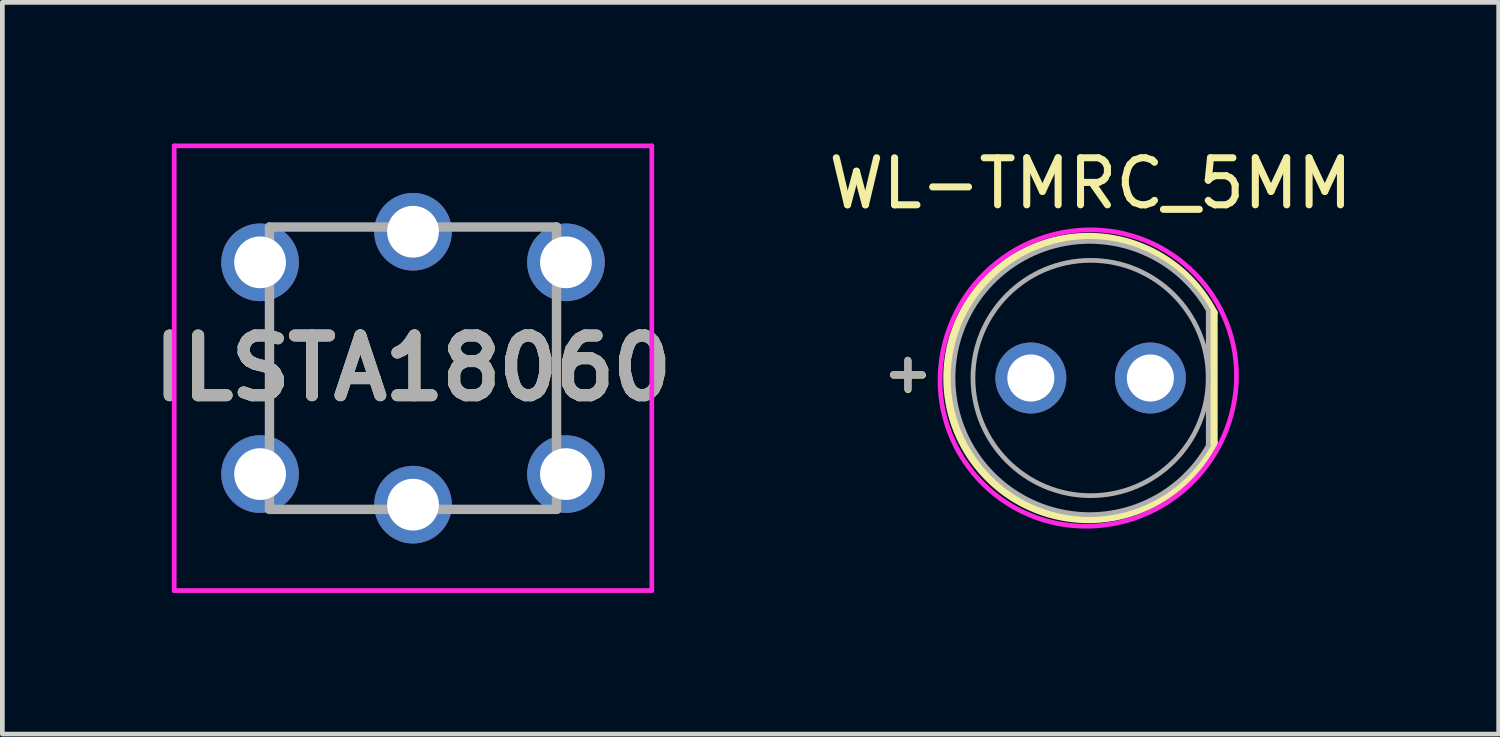
<source format=kicad_pcb>
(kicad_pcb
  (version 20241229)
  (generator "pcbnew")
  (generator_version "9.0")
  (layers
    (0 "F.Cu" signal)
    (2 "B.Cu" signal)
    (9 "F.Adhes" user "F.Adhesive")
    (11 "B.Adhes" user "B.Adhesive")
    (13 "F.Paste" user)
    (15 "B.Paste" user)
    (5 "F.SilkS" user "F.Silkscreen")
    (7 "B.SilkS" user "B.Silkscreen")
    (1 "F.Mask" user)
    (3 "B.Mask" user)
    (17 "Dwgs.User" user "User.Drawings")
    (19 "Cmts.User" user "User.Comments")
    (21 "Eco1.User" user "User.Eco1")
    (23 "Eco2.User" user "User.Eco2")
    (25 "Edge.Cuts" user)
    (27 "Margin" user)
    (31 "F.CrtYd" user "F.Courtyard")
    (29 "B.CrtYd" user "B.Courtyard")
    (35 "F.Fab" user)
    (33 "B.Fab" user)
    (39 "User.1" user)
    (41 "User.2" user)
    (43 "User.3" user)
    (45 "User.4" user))
  (footprint "ILSTA18060"
    (layer "F.Cu")
    (at 2.477 2.525)
    (property "Reference" "ILSTA18060" (at 3.25 2.25 0) (layer "F.SilkS") (effects (font (size 1.27 1.27) (thickness 0.254))))
    (attr through_hole)
    (fp_line (start 0.2 1.5) (end 0.2 3) (stroke (width 0.1) (type solid)) (layer "F.SilkS"))
    (fp_line (start 6.3 1.5) (end 6.3 3) (stroke (width 0.1) (type solid)) (layer "F.SilkS"))
    (fp_line (start -1.825 -2.475) (end 8.325 -2.475) (stroke (width 0.1) (type solid)) (layer "F.CrtYd"))
    (fp_line (start -1.825 6.975) (end -1.825 -2.475) (stroke (width 0.1) (type solid)) (layer "F.CrtYd"))
    (fp_line (start 8.325 -2.475) (end 8.325 6.975) (stroke (width 0.1) (type solid)) (layer "F.CrtYd"))
    (fp_line (start 8.325 6.975) (end -1.825 6.975) (stroke (width 0.1) (type solid)) (layer "F.CrtYd"))
    (fp_line (start 0.2 -0.75) (end 6.3 -0.75) (stroke (width 0.2) (type solid)) (layer "F.Fab"))
    (fp_line (start 0.2 5.25) (end 0.2 -0.75) (stroke (width 0.2) (type solid)) (layer "F.Fab"))
    (fp_line (start 6.3 -0.75) (end 6.3 5.25) (stroke (width 0.2) (type solid)) (layer "F.Fab"))
    (fp_line (start 6.3 5.25) (end 0.2 5.25) (stroke (width 0.2) (type solid)) (layer "F.Fab"))
    (fp_text user "${REFERENCE}" (at 3.25 2.25 0) (layer "F.Fab") (effects (font (size 1.27 1.27) (thickness 0.254))))
    (pad "1" thru_hole circle (at 0 0) (size 1.65 1.65) (drill 1.1) (layers "*.Cu" "*.Mask"))
    (pad "2" thru_hole circle (at 6.5 0) (size 1.65 1.65) (drill 1.1) (layers "*.Cu" "*.Mask"))
    (pad "3" thru_hole circle (at 0 4.5) (size 1.65 1.65) (drill 1.1) (layers "*.Cu" "*.Mask"))
    (pad "4" thru_hole circle (at 6.5 4.5) (size 1.65 1.65) (drill 1.1) (layers "*.Cu" "*.Mask"))
    (pad "5" thru_hole circle (at 3.25 5.15) (size 1.65 1.65) (drill 1.1) (layers "*.Cu" "*.Mask"))
    (pad "6" thru_hole circle (at 3.25 -0.65) (size 1.65 1.65) (drill 1.1) (layers "*.Cu" "*.Mask")))
  (footprint "WL-TMRC_5MM"
    (layer "F.Cu")
    (at 20.127 4.983)
    (property "Reference" "WL-TMRC_5MM" (at 0 -4.135 0) (layer "F.SilkS") (effects (font (size 1 1) (thickness 0.15))))
    (attr through_hole)
    (fp_line (start 2.6 -1.38) (end 2.6 1.38) (stroke (width 0.2) (type solid)) (layer "F.SilkS"))
    (fp_arc (start 2.6 1.38) (mid -3.031505 0) (end 2.6 -1.38) (stroke (width 0.2) (type solid)) (layer "F.SilkS"))
    (fp_poly (pts (xy 0.051 -3.148) (xy 0.216 -3.141) (xy 0.376 -3.126) (xy 0.534 -3.103) (xy 0.692 -3.071) (xy 0.847 -3.031) (xy 1 -2.983) (xy 1.151 -2.928) (xy 1.298 -2.865) (xy 1.442 -2.794) (xy 1.582 -2.715) (xy 1.718 -2.63) (xy 1.849 -2.538) (xy 1.975 -2.439) (xy 2.096 -2.334) (xy 2.212 -2.222) (xy 2.321 -2.105) (xy 2.424 -1.982) (xy 2.521 -1.854) (xy 2.611 -1.721) (xy 2.694 -1.584) (xy 2.77 -1.443) (xy 2.838 -1.297) (xy 2.899 -1.149) (xy 2.952 -0.998) (xy 2.997 -0.844) (xy 3.034 -0.688) (xy 3.063 -0.53) (xy 3.083 -0.371) (xy 3.096 -0.211) (xy 3.1 -0.05) (xy 3.096 0.116) (xy 3.083 0.281) (xy 3.061 0.445) (xy 3.032 0.608) (xy 2.993 0.77) (xy 2.947 0.929) (xy 2.892 1.085) (xy 2.829 1.238) (xy 2.759 1.388) (xy 2.681 1.534) (xy 2.595 1.676) (xy 2.502 1.813) (xy 2.402 1.945) (xy 2.295 2.072) (xy 2.182 2.193) (xy 2.063 2.308) (xy 1.938 2.417) (xy 1.808 2.519) (xy 1.672 2.615) (xy 1.532 2.703) (xy 1.387 2.784) (xy 1.239 2.857) (xy 1.087 2.922) (xy 0.931 2.98) (xy 0.773 3.029) (xy 0.613 3.07) (xy 0.45 3.103) (xy 0.286 3.127) (xy 0.121 3.143) (xy -0.049 3.15) (xy -0.052 3.15) (xy -0.211 3.148) (xy -0.374 3.138) (xy -0.537 3.119) (xy -0.699 3.092) (xy -0.859 3.056) (xy -1.017 3.012) (xy -1.173 2.959) (xy -1.325 2.898) (xy -1.474 2.83) (xy -1.619 2.753) (xy -1.76 2.669) (xy -1.896 2.577) (xy -2.027 2.479) (xy -2.153 2.374) (xy -2.273 2.262) (xy -2.387 2.144) (xy -2.495 2.02) (xy -2.595 1.89) (xy -2.689 1.756) (xy -2.776 1.616) (xy -2.855 1.473) (xy -2.926 1.325) (xy -2.99 1.174) (xy -3.045 1.019) (xy -3.092 0.862) (xy -3.131 0.703) (xy -3.161 0.541) (xy -3.183 0.379) (xy -3.196 0.215) (xy -3.2 0.051) (xy -3.196 -0.118) (xy -3.182 -0.287) (xy -3.16 -0.455) (xy -3.129 -0.621) (xy -3.089 -0.786) (xy -3.04 -0.948) (xy -2.983 -1.108) (xy -2.917 -1.264) (xy -2.844 -1.416) (xy -2.762 -1.565) (xy -2.673 -1.709) (xy -2.576 -1.848) (xy -2.472 -1.981) (xy -2.361 -2.109) (xy -2.243 -2.231) (xy -2.119 -2.347) (xy -1.989 -2.455) (xy -1.854 -2.557) (xy -1.713 -2.652) (xy -1.568 -2.739) (xy -1.418 -2.818) (xy -1.264 -2.889) (xy -1.107 -2.951) (xy -0.946 -3.006) (xy -0.783 -3.051) (xy -0.618 -3.089) (xy -0.451 -3.117) (xy -0.283 -3.136) (xy -0.114 -3.147) (xy 0.051 -3.148) (xy 0.051 -3.148)) (stroke (width 0.1) (type solid)) (fill no) (layer "F.CrtYd"))
    (fp_line (start 2.5 -1.44) (end 2.5 1.44) (stroke (width 0.1) (type solid)) (layer "F.Fab"))
    (fp_arc (start 2.5 1.44) (mid -2.924012 0) (end 2.5 -1.44) (stroke (width 0.1) (type solid)) (layer "F.Fab"))
    (fp_circle (center 0 0) (end 2.5 0) (stroke (width 0.1) (type solid)) (fill no) (layer "F.Fab"))
    (fp_text user "+" (at -3.88 -0.118 0) (layer "F.SilkS") (effects (font (size 0.8 0.8) (thickness 0.15))))
    (fp_text user "+" (at -3.887 -0.131 0) (layer "F.Fab") (effects (font (size 0.8 0.8) (thickness 0.15))))
    (pad "1" thru_hole circle (at -1.27 0) (size 1.508 1.508) (drill 1) (layers "*.Cu" "*.Mask"))
    (pad "2" thru_hole circle (at 1.27 0) (size 1.508 1.508) (drill 1) (layers "*.Cu" "*.Mask")))
  (gr_rect
    (start -3 -3)
    (end 28.799 12.55)
    (stroke (width 0.1) (type default))
    (fill no)
    (layer "Edge.Cuts")))
</source>
